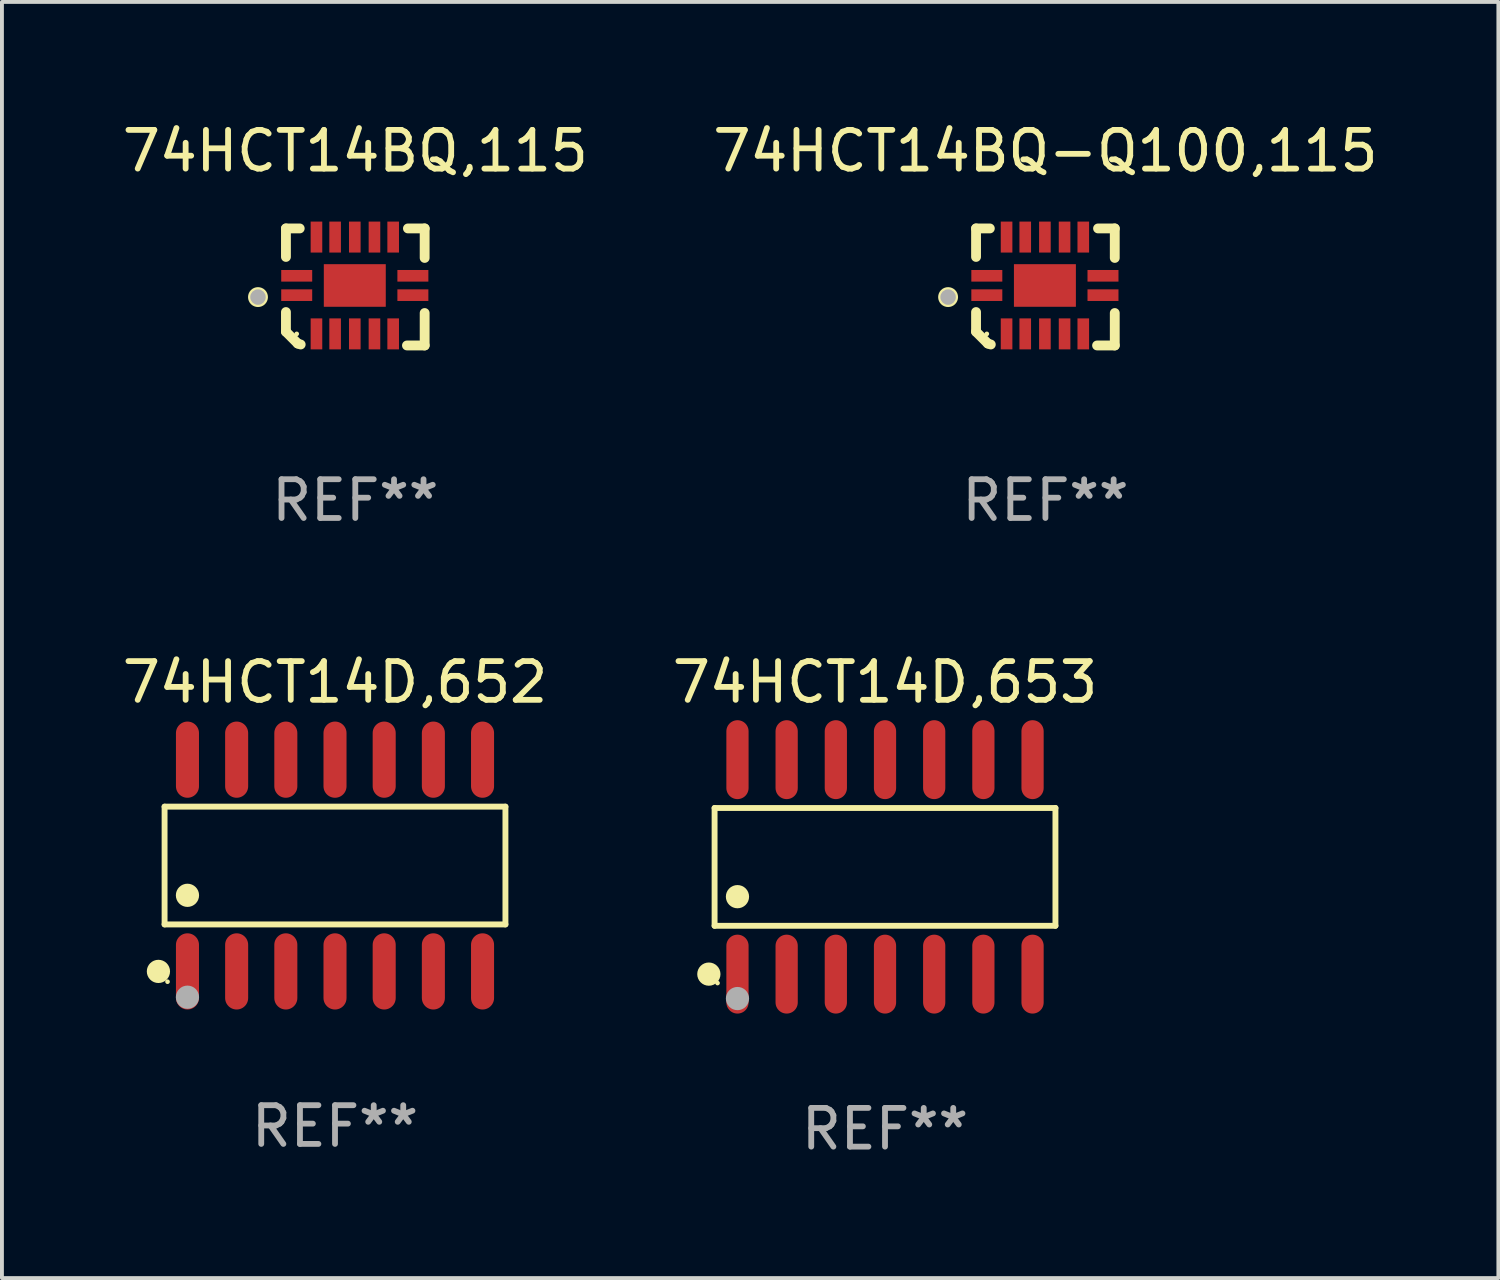
<source format=kicad_pcb>
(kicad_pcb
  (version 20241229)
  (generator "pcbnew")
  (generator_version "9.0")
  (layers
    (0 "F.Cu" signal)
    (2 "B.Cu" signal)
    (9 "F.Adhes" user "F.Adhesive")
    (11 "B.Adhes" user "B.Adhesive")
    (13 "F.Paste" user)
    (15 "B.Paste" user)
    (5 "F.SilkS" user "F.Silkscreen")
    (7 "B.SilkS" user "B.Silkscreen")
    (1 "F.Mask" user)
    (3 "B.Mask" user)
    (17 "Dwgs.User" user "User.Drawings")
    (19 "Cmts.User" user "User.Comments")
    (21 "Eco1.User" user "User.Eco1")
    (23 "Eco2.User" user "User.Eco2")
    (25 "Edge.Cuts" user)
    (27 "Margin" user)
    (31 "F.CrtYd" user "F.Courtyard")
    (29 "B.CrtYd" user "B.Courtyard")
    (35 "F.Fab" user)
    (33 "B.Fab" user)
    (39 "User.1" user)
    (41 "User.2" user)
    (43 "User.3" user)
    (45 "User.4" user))
  (footprint "74HCT14BQ-Q100,115"
    (layer "F.Cu")
    (at 23.946 4.36)
    (property "Reference" "74HCT14BQ-Q100,115" (at 0 -3.511 0) (layer "F.SilkS") (effects (font (size 1 1) (thickness 0.15))))
    (attr through_hole)
    (fp_line (start -1.791 -1.511) (end -1.435 -1.511) (stroke (width 0.254) (type solid)) (layer "F.SilkS"))
    (fp_line (start -1.791 -0.775) (end -1.791 -1.511) (stroke (width 0.254) (type solid)) (layer "F.SilkS"))
    (fp_line (start -1.791 1.156) (end -1.791 0.648) (stroke (width 0.254) (type solid)) (layer "F.SilkS"))
    (fp_line (start -1.486 1.461) (end -1.791 1.156) (stroke (width 0.254) (type solid)) (layer "F.SilkS"))
    (fp_line (start -1.41 1.486) (end -1.486 1.461) (stroke (width 0.254) (type solid)) (layer "F.SilkS"))
    (fp_line (start 1.334 1.511) (end 1.791 1.511) (stroke (width 0.254) (type solid)) (layer "F.SilkS"))
    (fp_line (start 1.791 -1.511) (end 1.359 -1.511) (stroke (width 0.254) (type solid)) (layer "F.SilkS"))
    (fp_line (start 1.791 -0.749) (end 1.791 -1.511) (stroke (width 0.254) (type solid)) (layer "F.SilkS"))
    (fp_line (start 1.791 1.511) (end 1.791 0.673) (stroke (width 0.254) (type solid)) (layer "F.SilkS"))
    (fp_circle (center -2.513 0.262) (end -2.383 0.262) (stroke (width 0.254) (type solid)) (fill no) (layer "F.SilkS"))
    (fp_circle (center -1.513 1.212) (end -1.483 1.212) (stroke (width 0.06) (type solid)) (fill no) (layer "F.SilkS"))
    (fp_circle (center -2.513 0.262) (end -2.413 0.262) (stroke (width 0.2) (type solid)) (fill no) (layer "F.Fab"))
    (fp_text user "REF**" (at 0 5.511 0) (layer "F.Fab") (effects (font (size 1 1) (thickness 0.15))))
    (pad "1" smd rect (at -1.513 0.212) (size 0.8 0.3) (layers "F.Cu" "F.Mask" "F.Paste"))
    (pad "2" smd rect (at -1.003 1.212) (size 0.3 0.8) (layers "F.Cu" "F.Mask" "F.Paste"))
    (pad "3" smd rect (at -0.521 1.212) (size 0.3 0.8) (layers "F.Cu" "F.Mask" "F.Paste"))
    (pad "4" smd rect (at -0.013 1.212) (size 0.3 0.8) (layers "F.Cu" "F.Mask" "F.Paste"))
    (pad "5" smd rect (at 0.495 1.212) (size 0.3 0.8) (layers "F.Cu" "F.Mask" "F.Paste"))
    (pad "6" smd rect (at 0.978 1.212) (size 0.3 0.8) (layers "F.Cu" "F.Mask" "F.Paste"))
    (pad "7" smd rect (at 1.487 0.212) (size 0.8 0.3) (layers "F.Cu" "F.Mask" "F.Paste"))
    (pad "8" smd rect (at 1.487 -0.288) (size 0.8 0.3) (layers "F.Cu" "F.Mask" "F.Paste"))
    (pad "9" smd rect (at 0.978 -1.288) (size 0.3 0.8) (layers "F.Cu" "F.Mask" "F.Paste"))
    (pad "10" smd rect (at 0.495 -1.288) (size 0.3 0.8) (layers "F.Cu" "F.Mask" "F.Paste"))
    (pad "11" smd rect (at -0.013 -1.288) (size 0.3 0.8) (layers "F.Cu" "F.Mask" "F.Paste"))
    (pad "12" smd rect (at -0.521 -1.288) (size 0.3 0.8) (layers "F.Cu" "F.Mask" "F.Paste"))
    (pad "13" smd rect (at -1.003 -1.288) (size 0.3 0.8) (layers "F.Cu" "F.Mask" "F.Paste"))
    (pad "14" smd rect (at -1.513 -0.288) (size 0.8 0.3) (layers "F.Cu" "F.Mask" "F.Paste"))
    (pad "15" smd rect (at -0.013 -0.038 90) (size 1.1 1.6) (layers "F.Cu" "F.Mask" "F.Paste")))
  (footprint "74HCT14BQ,115"
    (layer "F.Cu")
    (at 6.125 4.36)
    (property "Reference" "74HCT14BQ,115" (at 0 -3.511 0) (layer "F.SilkS") (effects (font (size 1 1) (thickness 0.15))))
    (attr through_hole)
    (fp_line (start -1.791 -1.511) (end -1.435 -1.511) (stroke (width 0.254) (type solid)) (layer "F.SilkS"))
    (fp_line (start -1.791 -0.775) (end -1.791 -1.511) (stroke (width 0.254) (type solid)) (layer "F.SilkS"))
    (fp_line (start -1.791 1.156) (end -1.791 0.648) (stroke (width 0.254) (type solid)) (layer "F.SilkS"))
    (fp_line (start -1.486 1.461) (end -1.791 1.156) (stroke (width 0.254) (type solid)) (layer "F.SilkS"))
    (fp_line (start -1.41 1.486) (end -1.486 1.461) (stroke (width 0.254) (type solid)) (layer "F.SilkS"))
    (fp_line (start 1.334 1.511) (end 1.791 1.511) (stroke (width 0.254) (type solid)) (layer "F.SilkS"))
    (fp_line (start 1.791 -1.511) (end 1.359 -1.511) (stroke (width 0.254) (type solid)) (layer "F.SilkS"))
    (fp_line (start 1.791 -0.749) (end 1.791 -1.511) (stroke (width 0.254) (type solid)) (layer "F.SilkS"))
    (fp_line (start 1.791 1.511) (end 1.791 0.673) (stroke (width 0.254) (type solid)) (layer "F.SilkS"))
    (fp_circle (center -2.513 0.262) (end -2.383 0.262) (stroke (width 0.254) (type solid)) (fill no) (layer "F.SilkS"))
    (fp_circle (center -1.513 1.212) (end -1.483 1.212) (stroke (width 0.06) (type solid)) (fill no) (layer "F.SilkS"))
    (fp_circle (center -2.513 0.262) (end -2.413 0.262) (stroke (width 0.2) (type solid)) (fill no) (layer "F.Fab"))
    (fp_text user "REF**" (at 0 5.511 0) (layer "F.Fab") (effects (font (size 1 1) (thickness 0.15))))
    (pad "1" smd rect (at -1.513 0.212) (size 0.8 0.3) (layers "F.Cu" "F.Mask" "F.Paste"))
    (pad "2" smd rect (at -1.003 1.212) (size 0.3 0.8) (layers "F.Cu" "F.Mask" "F.Paste"))
    (pad "3" smd rect (at -0.521 1.212) (size 0.3 0.8) (layers "F.Cu" "F.Mask" "F.Paste"))
    (pad "4" smd rect (at -0.013 1.212) (size 0.3 0.8) (layers "F.Cu" "F.Mask" "F.Paste"))
    (pad "5" smd rect (at 0.495 1.212) (size 0.3 0.8) (layers "F.Cu" "F.Mask" "F.Paste"))
    (pad "6" smd rect (at 0.978 1.212) (size 0.3 0.8) (layers "F.Cu" "F.Mask" "F.Paste"))
    (pad "7" smd rect (at 1.487 0.212) (size 0.8 0.3) (layers "F.Cu" "F.Mask" "F.Paste"))
    (pad "8" smd rect (at 1.487 -0.288) (size 0.8 0.3) (layers "F.Cu" "F.Mask" "F.Paste"))
    (pad "9" smd rect (at 0.978 -1.288) (size 0.3 0.8) (layers "F.Cu" "F.Mask" "F.Paste"))
    (pad "10" smd rect (at 0.495 -1.288) (size 0.3 0.8) (layers "F.Cu" "F.Mask" "F.Paste"))
    (pad "11" smd rect (at -0.013 -1.288) (size 0.3 0.8) (layers "F.Cu" "F.Mask" "F.Paste"))
    (pad "12" smd rect (at -0.521 -1.288) (size 0.3 0.8) (layers "F.Cu" "F.Mask" "F.Paste"))
    (pad "13" smd rect (at -1.003 -1.288) (size 0.3 0.8) (layers "F.Cu" "F.Mask" "F.Paste"))
    (pad "14" smd rect (at -1.513 -0.288) (size 0.8 0.3) (layers "F.Cu" "F.Mask" "F.Paste"))
    (pad "15" smd rect (at -0.013 -0.038 90) (size 1.1 1.6) (layers "F.Cu" "F.Mask" "F.Paste")))
  (footprint "74HCT14D,653"
    (layer "F.Cu")
    (at 19.804 19.336)
    (property "Reference" "74HCT14D,653" (at 0 -4.769 0) (layer "F.SilkS") (effects (font (size 1 1) (thickness 0.15))))
    (attr through_hole)
    (fp_line (start -4.401 -1.521) (end 4.401 -1.521) (stroke (width 0.152) (type solid)) (layer "F.SilkS"))
    (fp_line (start -4.401 1.521) (end -4.401 -1.521) (stroke (width 0.152) (type solid)) (layer "F.SilkS"))
    (fp_line (start 4.401 -1.521) (end 4.401 1.521) (stroke (width 0.152) (type solid)) (layer "F.SilkS"))
    (fp_line (start 4.401 1.521) (end -4.401 1.521) (stroke (width 0.152) (type solid)) (layer "F.SilkS"))
    (fp_circle (center -4.549 2.769) (end -4.399 2.769) (stroke (width 0.3) (type solid)) (fill no) (layer "F.SilkS"))
    (fp_circle (center -4.325 3) (end -4.295 3) (stroke (width 0.06) (type solid)) (fill no) (layer "F.SilkS"))
    (fp_circle (center -3.81 0.769) (end -3.66 0.769) (stroke (width 0.3) (type solid)) (fill no) (layer "F.SilkS"))
    (fp_circle (center -3.81 3.4) (end -3.66 3.4) (stroke (width 0.3) (type solid)) (fill no) (layer "F.Fab"))
    (fp_text user "REF**" (at 0 6.769 0) (layer "F.Fab") (effects (font (size 1 1) (thickness 0.15))))
    (pad "1" smd oval (at -3.81 2.769) (size 0.574 2.038) (layers "F.Cu" "F.Mask" "F.Paste"))
    (pad "2" smd oval (at -2.54 2.769) (size 0.574 2.038) (layers "F.Cu" "F.Mask" "F.Paste"))
    (pad "3" smd oval (at -1.27 2.769) (size 0.574 2.038) (layers "F.Cu" "F.Mask" "F.Paste"))
    (pad "4" smd oval (at 0 2.769) (size 0.574 2.038) (layers "F.Cu" "F.Mask" "F.Paste"))
    (pad "5" smd oval (at 1.27 2.769) (size 0.574 2.038) (layers "F.Cu" "F.Mask" "F.Paste"))
    (pad "6" smd oval (at 2.54 2.769) (size 0.574 2.038) (layers "F.Cu" "F.Mask" "F.Paste"))
    (pad "7" smd oval (at 3.81 2.769) (size 0.574 2.038) (layers "F.Cu" "F.Mask" "F.Paste"))
    (pad "8" smd oval (at 3.81 -2.769) (size 0.574 2.038) (layers "F.Cu" "F.Mask" "F.Paste"))
    (pad "9" smd oval (at 2.54 -2.769) (size 0.574 2.038) (layers "F.Cu" "F.Mask" "F.Paste"))
    (pad "10" smd oval (at 1.27 -2.769) (size 0.574 2.038) (layers "F.Cu" "F.Mask" "F.Paste"))
    (pad "11" smd oval (at 0 -2.769) (size 0.574 2.038) (layers "F.Cu" "F.Mask" "F.Paste"))
    (pad "12" smd oval (at -1.27 -2.769) (size 0.574 2.038) (layers "F.Cu" "F.Mask" "F.Paste"))
    (pad "13" smd oval (at -2.54 -2.769) (size 0.574 2.038) (layers "F.Cu" "F.Mask" "F.Paste"))
    (pad "14" smd oval (at -3.81 -2.769) (size 0.574 2.038) (layers "F.Cu" "F.Mask" "F.Paste")))
  (footprint "74HCT14D,652"
    (layer "F.Cu")
    (at 5.601 19.301)
    (property "Reference" "74HCT14D,652" (at 0 -4.734 0) (layer "F.SilkS") (effects (font (size 1 1) (thickness 0.15))))
    (attr through_hole)
    (fp_line (start -4.401 -1.521) (end 4.401 -1.521) (stroke (width 0.152) (type solid)) (layer "F.SilkS"))
    (fp_line (start -4.401 1.521) (end -4.401 -1.521) (stroke (width 0.152) (type solid)) (layer "F.SilkS"))
    (fp_line (start 4.401 -1.521) (end 4.401 1.521) (stroke (width 0.152) (type solid)) (layer "F.SilkS"))
    (fp_line (start 4.401 1.521) (end -4.401 1.521) (stroke (width 0.152) (type solid)) (layer "F.SilkS"))
    (fp_circle (center -4.56 2.734) (end -4.41 2.734) (stroke (width 0.3) (type solid)) (fill no) (layer "F.SilkS"))
    (fp_circle (center -4.325 3) (end -4.295 3) (stroke (width 0.06) (type solid)) (fill no) (layer "F.SilkS"))
    (fp_circle (center -3.81 0.769) (end -3.66 0.769) (stroke (width 0.3) (type solid)) (fill no) (layer "F.SilkS"))
    (fp_circle (center -3.81 3.4) (end -3.66 3.4) (stroke (width 0.3) (type solid)) (fill no) (layer "F.Fab"))
    (fp_text user "REF**" (at 0 6.734 0) (layer "F.Fab") (effects (font (size 1 1) (thickness 0.15))))
    (pad "1" smd oval (at -3.81 2.734) (size 0.595 1.968) (layers "F.Cu" "F.Mask" "F.Paste"))
    (pad "2" smd oval (at -2.54 2.734) (size 0.595 1.968) (layers "F.Cu" "F.Mask" "F.Paste"))
    (pad "3" smd oval (at -1.27 2.734) (size 0.595 1.968) (layers "F.Cu" "F.Mask" "F.Paste"))
    (pad "4" smd oval (at 0 2.734) (size 0.595 1.968) (layers "F.Cu" "F.Mask" "F.Paste"))
    (pad "5" smd oval (at 1.27 2.734) (size 0.595 1.968) (layers "F.Cu" "F.Mask" "F.Paste"))
    (pad "6" smd oval (at 2.54 2.734) (size 0.595 1.968) (layers "F.Cu" "F.Mask" "F.Paste"))
    (pad "7" smd oval (at 3.81 2.734) (size 0.595 1.968) (layers "F.Cu" "F.Mask" "F.Paste"))
    (pad "8" smd oval (at 3.81 -2.734) (size 0.595 1.968) (layers "F.Cu" "F.Mask" "F.Paste"))
    (pad "9" smd oval (at 2.54 -2.734) (size 0.595 1.968) (layers "F.Cu" "F.Mask" "F.Paste"))
    (pad "10" smd oval (at 1.27 -2.734) (size 0.595 1.968) (layers "F.Cu" "F.Mask" "F.Paste"))
    (pad "11" smd oval (at 0 -2.734) (size 0.595 1.968) (layers "F.Cu" "F.Mask" "F.Paste"))
    (pad "12" smd oval (at -1.27 -2.734) (size 0.595 1.968) (layers "F.Cu" "F.Mask" "F.Paste"))
    (pad "13" smd oval (at -2.54 -2.734) (size 0.595 1.968) (layers "F.Cu" "F.Mask" "F.Paste"))
    (pad "14" smd oval (at -3.81 -2.734) (size 0.595 1.968) (layers "F.Cu" "F.Mask" "F.Paste")))
  (gr_rect
    (start -3 -3)
    (end 35.643 29.954)
    (stroke (width 0.1) (type default))
    (fill no)
    (layer "Edge.Cuts")))
</source>
